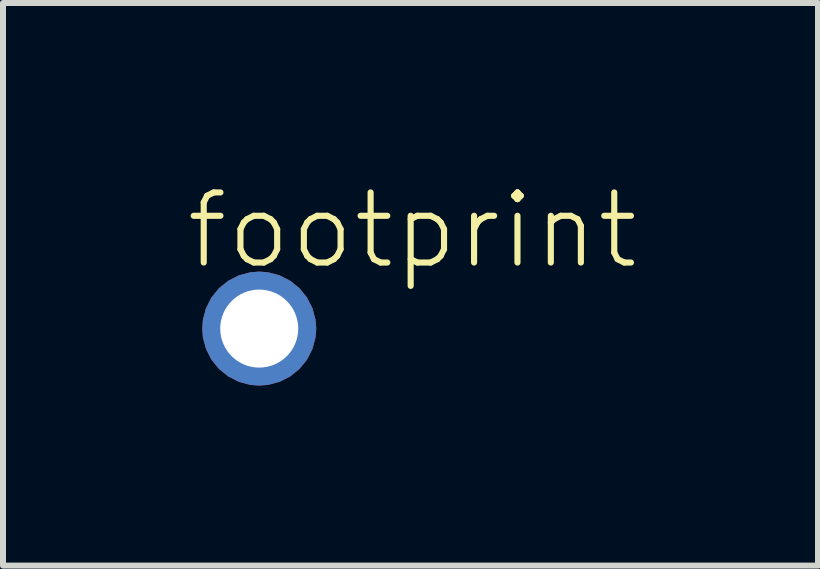
<source format=kicad_pcb>
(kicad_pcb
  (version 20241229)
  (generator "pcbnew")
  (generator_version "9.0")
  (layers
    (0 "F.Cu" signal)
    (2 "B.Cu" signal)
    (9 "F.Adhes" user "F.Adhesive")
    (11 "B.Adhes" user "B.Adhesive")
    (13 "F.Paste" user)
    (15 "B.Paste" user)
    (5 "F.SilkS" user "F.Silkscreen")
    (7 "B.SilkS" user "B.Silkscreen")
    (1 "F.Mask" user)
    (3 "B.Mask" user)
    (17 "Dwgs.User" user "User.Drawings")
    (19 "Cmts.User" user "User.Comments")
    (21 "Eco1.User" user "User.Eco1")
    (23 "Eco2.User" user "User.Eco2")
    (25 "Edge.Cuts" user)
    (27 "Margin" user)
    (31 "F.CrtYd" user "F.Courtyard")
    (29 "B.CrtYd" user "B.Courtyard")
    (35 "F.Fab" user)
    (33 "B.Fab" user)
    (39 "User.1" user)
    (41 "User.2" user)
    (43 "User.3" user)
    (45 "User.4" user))
  (footprint "footprint"
    (layer "F.Cu")
    (at 1.27 2.426)
    (property "Reference" "footprint" (at -1.27 -0.953 0) (layer "F.SilkS") (effects (font (size 1.168 1.168) (thickness 0.102)) (justify left bottom)))
    (fp_circle (center 0 0) (end 0.3 0) (stroke (width 0.6) (type solid)) (fill no) (layer "B.Fab"))
    (fp_circle (center 0 0) (end 0.3 0) (stroke (width 0.6) (type solid)) (fill no) (layer "F.Fab"))
    (pad "" np_thru_hole circle (at 0 0) (size 1.3 1.3) (drill 1.3) (layers "*.Cu" "*.Mask"))
    (pad "1" smd roundrect (at 0 0) (size 1.9 1.9) (layers "F.Cu" "F.Mask" "F.Paste") (roundrect_rratio 0.5))
    (pad "2" smd roundrect (at 0 0) (size 1.9 1.9) (layers "B.Cu" "B.Mask" "B.Paste") (roundrect_rratio 0.5)))
  (gr_rect
    (start -3 -3)
    (end 10.582 6.376)
    (stroke (width 0.1) (type default))
    (fill no)
    (layer "Edge.Cuts")))
</source>
